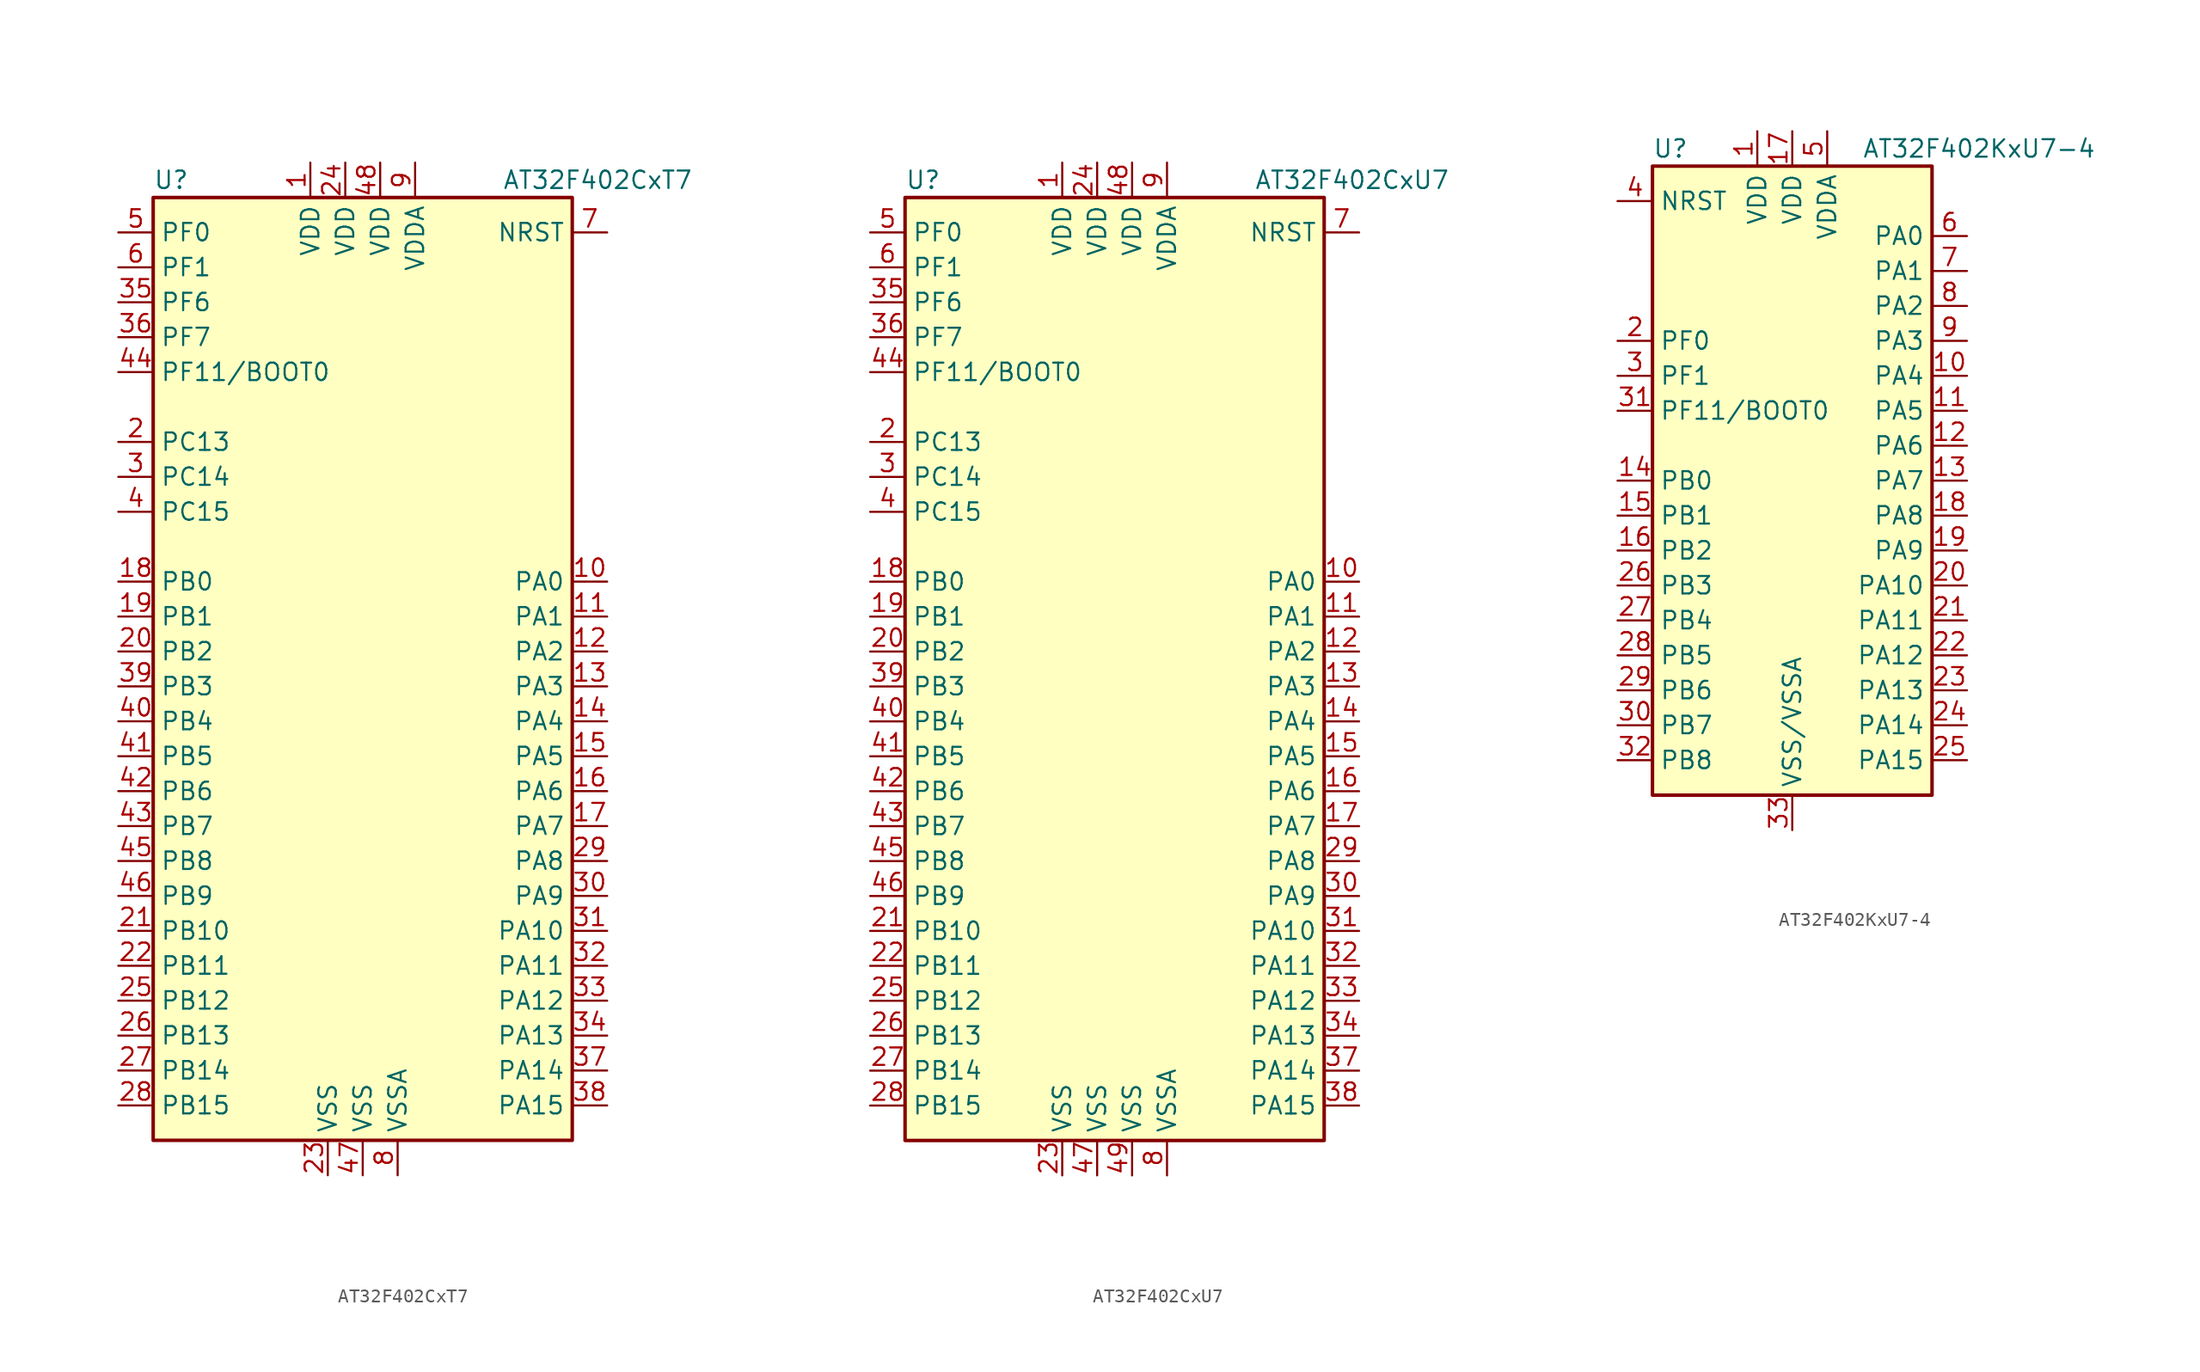
<source format=kicad_sym>
(kicad_symbol_lib
  (version 20220331)
  (generator kicad_symbol_editor)
  (symbol "AT32F402CxT7"
    (property "Reference" "U"
      (at -15.24 35.56 0)
      (effects (font (size 1.27 1.27)) (justify left)))
    (property "Value" "AT32F402CxT7"
      (at 10.16 35.56 0)
      (effects (font (size 1.27 1.27)) (justify left)))
    (symbol "AT32F402CxT7_0_1"
      (rectangle (start -15.24 34.29) (end 15.24 -34.29) (stroke (width 0.254) (type default)) (fill (type background))))
    (symbol "AT32F402CxT7_1_1"
      (pin power_in line (at -3.81 36.83 270) (length 2.54) (name "VDD" (effects (font (size 1.27 1.27)))) (number "1" (effects (font (size 1.27 1.27)))))
      (pin bidirectional line (at 17.78 6.35 180) (length 2.54) (name "PA0" (effects (font (size 1.27 1.27)))) (number "10" (effects (font (size 1.27 1.27)))))
      (pin bidirectional line (at 17.78 3.81 180) (length 2.54) (name "PA1" (effects (font (size 1.27 1.27)))) (number "11" (effects (font (size 1.27 1.27)))))
      (pin bidirectional line (at 17.78 1.27 180) (length 2.54) (name "PA2" (effects (font (size 1.27 1.27)))) (number "12" (effects (font (size 1.27 1.27)))))
      (pin bidirectional line (at 17.78 -1.27 180) (length 2.54) (name "PA3" (effects (font (size 1.27 1.27)))) (number "13" (effects (font (size 1.27 1.27)))))
      (pin bidirectional line (at 17.78 -3.81 180) (length 2.54) (name "PA4" (effects (font (size 1.27 1.27)))) (number "14" (effects (font (size 1.27 1.27)))))
      (pin bidirectional line (at 17.78 -6.35 180) (length 2.54) (name "PA5" (effects (font (size 1.27 1.27)))) (number "15" (effects (font (size 1.27 1.27)))))
      (pin bidirectional line (at 17.78 -8.89 180) (length 2.54) (name "PA6" (effects (font (size 1.27 1.27)))) (number "16" (effects (font (size 1.27 1.27)))))
      (pin bidirectional line (at 17.78 -11.43 180) (length 2.54) (name "PA7" (effects (font (size 1.27 1.27)))) (number "17" (effects (font (size 1.27 1.27)))))
      (pin bidirectional line (at -17.78 6.35 0) (length 2.54) (name "PB0" (effects (font (size 1.27 1.27)))) (number "18" (effects (font (size 1.27 1.27)))))
      (pin bidirectional line (at -17.78 3.81 0) (length 2.54) (name "PB1" (effects (font (size 1.27 1.27)))) (number "19" (effects (font (size 1.27 1.27)))))
      (pin bidirectional line (at -17.78 16.51 0) (length 2.54) (name "PC13" (effects (font (size 1.27 1.27)))) (number "2" (effects (font (size 1.27 1.27)))))
      (pin bidirectional line (at -17.78 1.27 0) (length 2.54) (name "PB2" (effects (font (size 1.27 1.27)))) (number "20" (effects (font (size 1.27 1.27)))))
      (pin bidirectional line (at -17.78 -19.05 0) (length 2.54) (name "PB10" (effects (font (size 1.27 1.27)))) (number "21" (effects (font (size 1.27 1.27)))))
      (pin bidirectional line (at -17.78 -21.59 0) (length 2.54) (name "PB11" (effects (font (size 1.27 1.27)))) (number "22" (effects (font (size 1.27 1.27)))))
      (pin power_in line (at -2.54 -36.83 90) (length 2.54) (name "VSS" (effects (font (size 1.27 1.27)))) (number "23" (effects (font (size 1.27 1.27)))))
      (pin power_in line (at -1.27 36.83 270) (length 2.54) (name "VDD" (effects (font (size 1.27 1.27)))) (number "24" (effects (font (size 1.27 1.27)))))
      (pin bidirectional line (at -17.78 -24.13 0) (length 2.54) (name "PB12" (effects (font (size 1.27 1.27)))) (number "25" (effects (font (size 1.27 1.27)))))
      (pin bidirectional line (at -17.78 -26.67 0) (length 2.54) (name "PB13" (effects (font (size 1.27 1.27)))) (number "26" (effects (font (size 1.27 1.27)))))
      (pin bidirectional line (at -17.78 -29.21 0) (length 2.54) (name "PB14" (effects (font (size 1.27 1.27)))) (number "27" (effects (font (size 1.27 1.27)))))
      (pin bidirectional line (at -17.78 -31.75 0) (length 2.54) (name "PB15" (effects (font (size 1.27 1.27)))) (number "28" (effects (font (size 1.27 1.27)))))
      (pin bidirectional line (at 17.78 -13.97 180) (length 2.54) (name "PA8" (effects (font (size 1.27 1.27)))) (number "29" (effects (font (size 1.27 1.27)))))
      (pin bidirectional line (at -17.78 13.97 0) (length 2.54) (name "PC14" (effects (font (size 1.27 1.27)))) (number "3" (effects (font (size 1.27 1.27)))))
      (pin bidirectional line (at 17.78 -16.51 180) (length 2.54) (name "PA9" (effects (font (size 1.27 1.27)))) (number "30" (effects (font (size 1.27 1.27)))))
      (pin bidirectional line (at 17.78 -19.05 180) (length 2.54) (name "PA10" (effects (font (size 1.27 1.27)))) (number "31" (effects (font (size 1.27 1.27)))))
      (pin bidirectional line (at 17.78 -21.59 180) (length 2.54) (name "PA11" (effects (font (size 1.27 1.27)))) (number "32" (effects (font (size 1.27 1.27)))))
      (pin bidirectional line (at 17.78 -24.13 180) (length 2.54) (name "PA12" (effects (font (size 1.27 1.27)))) (number "33" (effects (font (size 1.27 1.27)))))
      (pin bidirectional line (at 17.78 -26.67 180) (length 2.54) (name "PA13" (effects (font (size 1.27 1.27)))) (number "34" (effects (font (size 1.27 1.27)))))
      (pin bidirectional line (at -17.78 26.67 0) (length 2.54) (name "PF6" (effects (font (size 1.27 1.27)))) (number "35" (effects (font (size 1.27 1.27)))))
      (pin bidirectional line (at -17.78 24.13 0) (length 2.54) (name "PF7" (effects (font (size 1.27 1.27)))) (number "36" (effects (font (size 1.27 1.27)))))
      (pin bidirectional line (at 17.78 -29.21 180) (length 2.54) (name "PA14" (effects (font (size 1.27 1.27)))) (number "37" (effects (font (size 1.27 1.27)))))
      (pin bidirectional line (at 17.78 -31.75 180) (length 2.54) (name "PA15" (effects (font (size 1.27 1.27)))) (number "38" (effects (font (size 1.27 1.27)))))
      (pin bidirectional line (at -17.78 -1.27 0) (length 2.54) (name "PB3" (effects (font (size 1.27 1.27)))) (number "39" (effects (font (size 1.27 1.27)))))
      (pin bidirectional line (at -17.78 11.43 0) (length 2.54) (name "PC15" (effects (font (size 1.27 1.27)))) (number "4" (effects (font (size 1.27 1.27)))))
      (pin bidirectional line (at -17.78 -3.81 0) (length 2.54) (name "PB4" (effects (font (size 1.27 1.27)))) (number "40" (effects (font (size 1.27 1.27)))))
      (pin bidirectional line (at -17.78 -6.35 0) (length 2.54) (name "PB5" (effects (font (size 1.27 1.27)))) (number "41" (effects (font (size 1.27 1.27)))))
      (pin bidirectional line (at -17.78 -8.89 0) (length 2.54) (name "PB6" (effects (font (size 1.27 1.27)))) (number "42" (effects (font (size 1.27 1.27)))))
      (pin bidirectional line (at -17.78 -11.43 0) (length 2.54) (name "PB7" (effects (font (size 1.27 1.27)))) (number "43" (effects (font (size 1.27 1.27)))))
      (pin input line (at -17.78 21.59 0) (length 2.54) (name "PF11/BOOT0" (effects (font (size 1.27 1.27)))) (number "44" (effects (font (size 1.27 1.27)))))
      (pin bidirectional line (at -17.78 -13.97 0) (length 2.54) (name "PB8" (effects (font (size 1.27 1.27)))) (number "45" (effects (font (size 1.27 1.27)))))
      (pin bidirectional line (at -17.78 -16.51 0) (length 2.54) (name "PB9" (effects (font (size 1.27 1.27)))) (number "46" (effects (font (size 1.27 1.27)))))
      (pin power_in line (at 0 -36.83 90) (length 2.54) (name "VSS" (effects (font (size 1.27 1.27)))) (number "47" (effects (font (size 1.27 1.27)))))
      (pin power_in line (at 1.27 36.83 270) (length 2.54) (name "VDD" (effects (font (size 1.27 1.27)))) (number "48" (effects (font (size 1.27 1.27)))))
      (pin input line (at -17.78 31.75 0) (length 2.54) (name "PF0" (effects (font (size 1.27 1.27)))) (number "5" (effects (font (size 1.27 1.27)))))
      (pin input line (at -17.78 29.21 0) (length 2.54) (name "PF1" (effects (font (size 1.27 1.27)))) (number "6" (effects (font (size 1.27 1.27)))))
      (pin input line (at 17.78 31.75 180) (length 2.54) (name "NRST" (effects (font (size 1.27 1.27)))) (number "7" (effects (font (size 1.27 1.27)))))
      (pin power_in line (at 2.54 -36.83 90) (length 2.54) (name "VSSA" (effects (font (size 1.27 1.27)))) (number "8" (effects (font (size 1.27 1.27)))))
      (pin power_in line (at 3.81 36.83 270) (length 2.54) (name "VDDA" (effects (font (size 1.27 1.27)))) (number "9" (effects (font (size 1.27 1.27)))))))
  (symbol "AT32F402CxU7"
    (property "Reference" "U"
      (at -15.24 35.56 0)
      (effects (font (size 1.27 1.27)) (justify left)))
    (property "Value" "AT32F402CxU7"
      (at 10.16 35.56 0)
      (effects (font (size 1.27 1.27)) (justify left)))
    (symbol "AT32F402CxU7_0_1"
      (rectangle (start -15.24 34.29) (end 15.24 -34.29) (stroke (width 0.254) (type default)) (fill (type background))))
    (symbol "AT32F402CxU7_1_1"
      (pin power_in line (at -3.81 36.83 270) (length 2.54) (name "VDD" (effects (font (size 1.27 1.27)))) (number "1" (effects (font (size 1.27 1.27)))))
      (pin bidirectional line (at 17.78 6.35 180) (length 2.54) (name "PA0" (effects (font (size 1.27 1.27)))) (number "10" (effects (font (size 1.27 1.27)))))
      (pin bidirectional line (at 17.78 3.81 180) (length 2.54) (name "PA1" (effects (font (size 1.27 1.27)))) (number "11" (effects (font (size 1.27 1.27)))))
      (pin bidirectional line (at 17.78 1.27 180) (length 2.54) (name "PA2" (effects (font (size 1.27 1.27)))) (number "12" (effects (font (size 1.27 1.27)))))
      (pin bidirectional line (at 17.78 -1.27 180) (length 2.54) (name "PA3" (effects (font (size 1.27 1.27)))) (number "13" (effects (font (size 1.27 1.27)))))
      (pin bidirectional line (at 17.78 -3.81 180) (length 2.54) (name "PA4" (effects (font (size 1.27 1.27)))) (number "14" (effects (font (size 1.27 1.27)))))
      (pin bidirectional line (at 17.78 -6.35 180) (length 2.54) (name "PA5" (effects (font (size 1.27 1.27)))) (number "15" (effects (font (size 1.27 1.27)))))
      (pin bidirectional line (at 17.78 -8.89 180) (length 2.54) (name "PA6" (effects (font (size 1.27 1.27)))) (number "16" (effects (font (size 1.27 1.27)))))
      (pin bidirectional line (at 17.78 -11.43 180) (length 2.54) (name "PA7" (effects (font (size 1.27 1.27)))) (number "17" (effects (font (size 1.27 1.27)))))
      (pin bidirectional line (at -17.78 6.35 0) (length 2.54) (name "PB0" (effects (font (size 1.27 1.27)))) (number "18" (effects (font (size 1.27 1.27)))))
      (pin bidirectional line (at -17.78 3.81 0) (length 2.54) (name "PB1" (effects (font (size 1.27 1.27)))) (number "19" (effects (font (size 1.27 1.27)))))
      (pin bidirectional line (at -17.78 16.51 0) (length 2.54) (name "PC13" (effects (font (size 1.27 1.27)))) (number "2" (effects (font (size 1.27 1.27)))))
      (pin bidirectional line (at -17.78 1.27 0) (length 2.54) (name "PB2" (effects (font (size 1.27 1.27)))) (number "20" (effects (font (size 1.27 1.27)))))
      (pin bidirectional line (at -17.78 -19.05 0) (length 2.54) (name "PB10" (effects (font (size 1.27 1.27)))) (number "21" (effects (font (size 1.27 1.27)))))
      (pin bidirectional line (at -17.78 -21.59 0) (length 2.54) (name "PB11" (effects (font (size 1.27 1.27)))) (number "22" (effects (font (size 1.27 1.27)))))
      (pin power_in line (at -3.81 -36.83 90) (length 2.54) (name "VSS" (effects (font (size 1.27 1.27)))) (number "23" (effects (font (size 1.27 1.27)))))
      (pin power_in line (at -1.27 36.83 270) (length 2.54) (name "VDD" (effects (font (size 1.27 1.27)))) (number "24" (effects (font (size 1.27 1.27)))))
      (pin bidirectional line (at -17.78 -24.13 0) (length 2.54) (name "PB12" (effects (font (size 1.27 1.27)))) (number "25" (effects (font (size 1.27 1.27)))))
      (pin bidirectional line (at -17.78 -26.67 0) (length 2.54) (name "PB13" (effects (font (size 1.27 1.27)))) (number "26" (effects (font (size 1.27 1.27)))))
      (pin bidirectional line (at -17.78 -29.21 0) (length 2.54) (name "PB14" (effects (font (size 1.27 1.27)))) (number "27" (effects (font (size 1.27 1.27)))))
      (pin bidirectional line (at -17.78 -31.75 0) (length 2.54) (name "PB15" (effects (font (size 1.27 1.27)))) (number "28" (effects (font (size 1.27 1.27)))))
      (pin bidirectional line (at 17.78 -13.97 180) (length 2.54) (name "PA8" (effects (font (size 1.27 1.27)))) (number "29" (effects (font (size 1.27 1.27)))))
      (pin bidirectional line (at -17.78 13.97 0) (length 2.54) (name "PC14" (effects (font (size 1.27 1.27)))) (number "3" (effects (font (size 1.27 1.27)))))
      (pin bidirectional line (at 17.78 -16.51 180) (length 2.54) (name "PA9" (effects (font (size 1.27 1.27)))) (number "30" (effects (font (size 1.27 1.27)))))
      (pin bidirectional line (at 17.78 -19.05 180) (length 2.54) (name "PA10" (effects (font (size 1.27 1.27)))) (number "31" (effects (font (size 1.27 1.27)))))
      (pin bidirectional line (at 17.78 -21.59 180) (length 2.54) (name "PA11" (effects (font (size 1.27 1.27)))) (number "32" (effects (font (size 1.27 1.27)))))
      (pin bidirectional line (at 17.78 -24.13 180) (length 2.54) (name "PA12" (effects (font (size 1.27 1.27)))) (number "33" (effects (font (size 1.27 1.27)))))
      (pin bidirectional line (at 17.78 -26.67 180) (length 2.54) (name "PA13" (effects (font (size 1.27 1.27)))) (number "34" (effects (font (size 1.27 1.27)))))
      (pin bidirectional line (at -17.78 26.67 0) (length 2.54) (name "PF6" (effects (font (size 1.27 1.27)))) (number "35" (effects (font (size 1.27 1.27)))))
      (pin bidirectional line (at -17.78 24.13 0) (length 2.54) (name "PF7" (effects (font (size 1.27 1.27)))) (number "36" (effects (font (size 1.27 1.27)))))
      (pin bidirectional line (at 17.78 -29.21 180) (length 2.54) (name "PA14" (effects (font (size 1.27 1.27)))) (number "37" (effects (font (size 1.27 1.27)))))
      (pin bidirectional line (at 17.78 -31.75 180) (length 2.54) (name "PA15" (effects (font (size 1.27 1.27)))) (number "38" (effects (font (size 1.27 1.27)))))
      (pin bidirectional line (at -17.78 -1.27 0) (length 2.54) (name "PB3" (effects (font (size 1.27 1.27)))) (number "39" (effects (font (size 1.27 1.27)))))
      (pin bidirectional line (at -17.78 11.43 0) (length 2.54) (name "PC15" (effects (font (size 1.27 1.27)))) (number "4" (effects (font (size 1.27 1.27)))))
      (pin bidirectional line (at -17.78 -3.81 0) (length 2.54) (name "PB4" (effects (font (size 1.27 1.27)))) (number "40" (effects (font (size 1.27 1.27)))))
      (pin bidirectional line (at -17.78 -6.35 0) (length 2.54) (name "PB5" (effects (font (size 1.27 1.27)))) (number "41" (effects (font (size 1.27 1.27)))))
      (pin bidirectional line (at -17.78 -8.89 0) (length 2.54) (name "PB6" (effects (font (size 1.27 1.27)))) (number "42" (effects (font (size 1.27 1.27)))))
      (pin bidirectional line (at -17.78 -11.43 0) (length 2.54) (name "PB7" (effects (font (size 1.27 1.27)))) (number "43" (effects (font (size 1.27 1.27)))))
      (pin input line (at -17.78 21.59 0) (length 2.54) (name "PF11/BOOT0" (effects (font (size 1.27 1.27)))) (number "44" (effects (font (size 1.27 1.27)))))
      (pin bidirectional line (at -17.78 -13.97 0) (length 2.54) (name "PB8" (effects (font (size 1.27 1.27)))) (number "45" (effects (font (size 1.27 1.27)))))
      (pin bidirectional line (at -17.78 -16.51 0) (length 2.54) (name "PB9" (effects (font (size 1.27 1.27)))) (number "46" (effects (font (size 1.27 1.27)))))
      (pin power_in line (at -1.27 -36.83 90) (length 2.54) (name "VSS" (effects (font (size 1.27 1.27)))) (number "47" (effects (font (size 1.27 1.27)))))
      (pin power_in line (at 1.27 36.83 270) (length 2.54) (name "VDD" (effects (font (size 1.27 1.27)))) (number "48" (effects (font (size 1.27 1.27)))))
      (pin power_in line (at 1.27 -36.83 90) (length 2.54) (name "VSS" (effects (font (size 1.27 1.27)))) (number "49" (effects (font (size 1.27 1.27)))))
      (pin input line (at -17.78 31.75 0) (length 2.54) (name "PF0" (effects (font (size 1.27 1.27)))) (number "5" (effects (font (size 1.27 1.27)))))
      (pin input line (at -17.78 29.21 0) (length 2.54) (name "PF1" (effects (font (size 1.27 1.27)))) (number "6" (effects (font (size 1.27 1.27)))))
      (pin input line (at 17.78 31.75 180) (length 2.54) (name "NRST" (effects (font (size 1.27 1.27)))) (number "7" (effects (font (size 1.27 1.27)))))
      (pin power_in line (at 3.81 -36.83 90) (length 2.54) (name "VSSA" (effects (font (size 1.27 1.27)))) (number "8" (effects (font (size 1.27 1.27)))))
      (pin power_in line (at 3.81 36.83 270) (length 2.54) (name "VDDA" (effects (font (size 1.27 1.27)))) (number "9" (effects (font (size 1.27 1.27)))))))
  (symbol "AT32F402KxU7-4"
    (property "Reference" "U"
      (at -10.16 24.13 0)
      (effects (font (size 1.27 1.27)) (justify left)))
    (property "Value" "AT32F402KxU7-4"
      (at 5.08 24.13 0)
      (effects (font (size 1.27 1.27)) (justify left)))
    (symbol "AT32F402KxU7-4_0_1"
      (rectangle (start -10.16 22.86) (end 10.16 -22.86) (stroke (width 0.254) (type default)) (fill (type background))))
    (symbol "AT32F402KxU7-4_1_1"
      (pin power_in line (at -2.54 25.4 270) (length 2.54) (name "VDD" (effects (font (size 1.27 1.27)))) (number "1" (effects (font (size 1.27 1.27)))))
      (pin bidirectional line (at 12.7 7.62 180) (length 2.54) (name "PA4" (effects (font (size 1.27 1.27)))) (number "10" (effects (font (size 1.27 1.27)))))
      (pin bidirectional line (at 12.7 5.08 180) (length 2.54) (name "PA5" (effects (font (size 1.27 1.27)))) (number "11" (effects (font (size 1.27 1.27)))))
      (pin bidirectional line (at 12.7 2.54 180) (length 2.54) (name "PA6" (effects (font (size 1.27 1.27)))) (number "12" (effects (font (size 1.27 1.27)))))
      (pin bidirectional line (at 12.7 0 180) (length 2.54) (name "PA7" (effects (font (size 1.27 1.27)))) (number "13" (effects (font (size 1.27 1.27)))))
      (pin bidirectional line (at -12.7 0 0) (length 2.54) (name "PB0" (effects (font (size 1.27 1.27)))) (number "14" (effects (font (size 1.27 1.27)))))
      (pin bidirectional line (at -12.7 -2.54 0) (length 2.54) (name "PB1" (effects (font (size 1.27 1.27)))) (number "15" (effects (font (size 1.27 1.27)))))
      (pin bidirectional line (at -12.7 -5.08 0) (length 2.54) (name "PB2" (effects (font (size 1.27 1.27)))) (number "16" (effects (font (size 1.27 1.27)))))
      (pin power_in line (at 0 25.4 270) (length 2.54) (name "VDD" (effects (font (size 1.27 1.27)))) (number "17" (effects (font (size 1.27 1.27)))))
      (pin bidirectional line (at 12.7 -2.54 180) (length 2.54) (name "PA8" (effects (font (size 1.27 1.27)))) (number "18" (effects (font (size 1.27 1.27)))))
      (pin bidirectional line (at 12.7 -5.08 180) (length 2.54) (name "PA9" (effects (font (size 1.27 1.27)))) (number "19" (effects (font (size 1.27 1.27)))))
      (pin input line (at -12.7 10.16 0) (length 2.54) (name "PF0" (effects (font (size 1.27 1.27)))) (number "2" (effects (font (size 1.27 1.27)))))
      (pin bidirectional line (at 12.7 -7.62 180) (length 2.54) (name "PA10" (effects (font (size 1.27 1.27)))) (number "20" (effects (font (size 1.27 1.27)))))
      (pin bidirectional line (at 12.7 -10.16 180) (length 2.54) (name "PA11" (effects (font (size 1.27 1.27)))) (number "21" (effects (font (size 1.27 1.27)))))
      (pin bidirectional line (at 12.7 -12.7 180) (length 2.54) (name "PA12" (effects (font (size 1.27 1.27)))) (number "22" (effects (font (size 1.27 1.27)))))
      (pin bidirectional line (at 12.7 -15.24 180) (length 2.54) (name "PA13" (effects (font (size 1.27 1.27)))) (number "23" (effects (font (size 1.27 1.27)))))
      (pin bidirectional line (at 12.7 -17.78 180) (length 2.54) (name "PA14" (effects (font (size 1.27 1.27)))) (number "24" (effects (font (size 1.27 1.27)))))
      (pin bidirectional line (at 12.7 -20.32 180) (length 2.54) (name "PA15" (effects (font (size 1.27 1.27)))) (number "25" (effects (font (size 1.27 1.27)))))
      (pin bidirectional line (at -12.7 -7.62 0) (length 2.54) (name "PB3" (effects (font (size 1.27 1.27)))) (number "26" (effects (font (size 1.27 1.27)))))
      (pin bidirectional line (at -12.7 -10.16 0) (length 2.54) (name "PB4" (effects (font (size 1.27 1.27)))) (number "27" (effects (font (size 1.27 1.27)))))
      (pin bidirectional line (at -12.7 -12.7 0) (length 2.54) (name "PB5" (effects (font (size 1.27 1.27)))) (number "28" (effects (font (size 1.27 1.27)))))
      (pin bidirectional line (at -12.7 -15.24 0) (length 2.54) (name "PB6" (effects (font (size 1.27 1.27)))) (number "29" (effects (font (size 1.27 1.27)))))
      (pin input line (at -12.7 7.62 0) (length 2.54) (name "PF1" (effects (font (size 1.27 1.27)))) (number "3" (effects (font (size 1.27 1.27)))))
      (pin bidirectional line (at -12.7 -17.78 0) (length 2.54) (name "PB7" (effects (font (size 1.27 1.27)))) (number "30" (effects (font (size 1.27 1.27)))))
      (pin input line (at -12.7 5.08 0) (length 2.54) (name "PF11/BOOT0" (effects (font (size 1.27 1.27)))) (number "31" (effects (font (size 1.27 1.27)))))
      (pin bidirectional line (at -12.7 -20.32 0) (length 2.54) (name "PB8" (effects (font (size 1.27 1.27)))) (number "32" (effects (font (size 1.27 1.27)))))
      (pin power_in line (at 0 -25.4 90) (length 2.54) (name "VSS/VSSA" (effects (font (size 1.27 1.27)))) (number "33" (effects (font (size 1.27 1.27)))))
      (pin input line (at -12.7 20.32 0) (length 2.54) (name "NRST" (effects (font (size 1.27 1.27)))) (number "4" (effects (font (size 1.27 1.27)))))
      (pin power_in line (at 2.54 25.4 270) (length 2.54) (name "VDDA" (effects (font (size 1.27 1.27)))) (number "5" (effects (font (size 1.27 1.27)))))
      (pin bidirectional line (at 12.7 17.78 180) (length 2.54) (name "PA0" (effects (font (size 1.27 1.27)))) (number "6" (effects (font (size 1.27 1.27)))))
      (pin bidirectional line (at 12.7 15.24 180) (length 2.54) (name "PA1" (effects (font (size 1.27 1.27)))) (number "7" (effects (font (size 1.27 1.27)))))
      (pin bidirectional line (at 12.7 12.7 180) (length 2.54) (name "PA2" (effects (font (size 1.27 1.27)))) (number "8" (effects (font (size 1.27 1.27)))))
      (pin bidirectional line (at 12.7 10.16 180) (length 2.54) (name "PA3" (effects (font (size 1.27 1.27)))) (number "9" (effects (font (size 1.27 1.27))))))))
</source>
